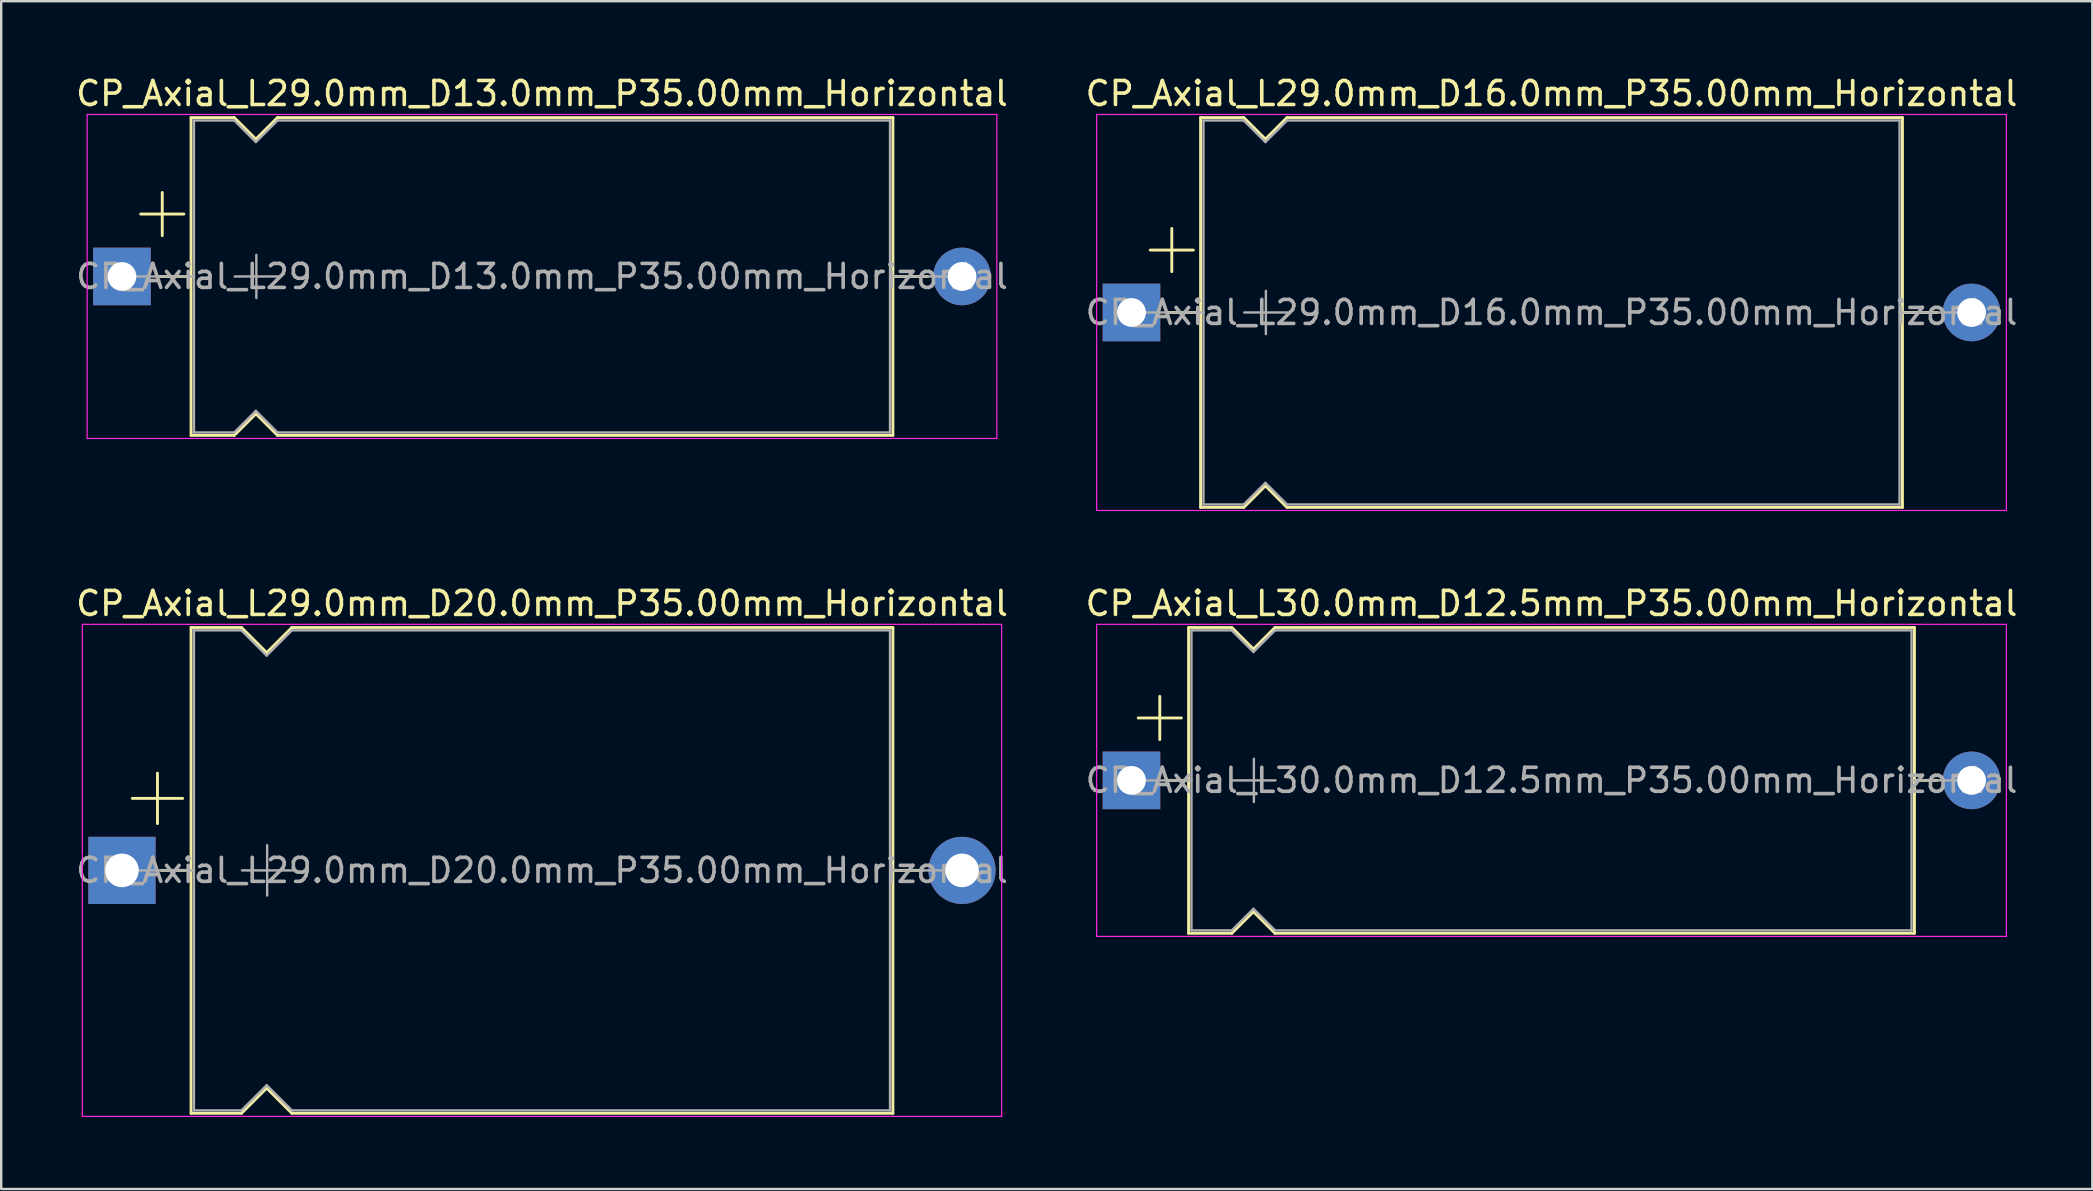
<source format=kicad_pcb>
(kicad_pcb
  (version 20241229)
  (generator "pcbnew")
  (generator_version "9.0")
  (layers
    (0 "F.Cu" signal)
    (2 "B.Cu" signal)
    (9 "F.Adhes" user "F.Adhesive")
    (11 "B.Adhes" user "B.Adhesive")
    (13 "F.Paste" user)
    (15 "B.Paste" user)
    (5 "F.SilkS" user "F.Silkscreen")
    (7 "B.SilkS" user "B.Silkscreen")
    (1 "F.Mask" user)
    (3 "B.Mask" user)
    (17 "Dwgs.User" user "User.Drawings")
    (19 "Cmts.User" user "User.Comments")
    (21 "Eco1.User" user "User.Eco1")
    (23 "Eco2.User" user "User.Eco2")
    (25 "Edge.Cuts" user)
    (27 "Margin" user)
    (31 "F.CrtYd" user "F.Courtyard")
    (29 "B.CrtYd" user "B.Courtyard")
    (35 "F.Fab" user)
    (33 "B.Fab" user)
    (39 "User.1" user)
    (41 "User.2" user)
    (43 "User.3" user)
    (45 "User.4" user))
  (footprint "CP_Axial_L30.0mm_D12.5mm_P35.00mm_Horizontal"
    (layer "F.Cu")
    (at 44.089 29.462)
    (property "Reference" "CP_Axial_L30.0mm_D12.5mm_P35.00mm_Horizontal" (at 17.5 -7.37 0) (layer "F.SilkS") (effects (font (size 1 1) (thickness 0.15))))
    (attr through_hole)
    (fp_line (start 0.28 -2.6) (end 2.08 -2.6) (stroke (width 0.12) (type solid)) (layer "F.SilkS"))
    (fp_line (start 1.18 -3.5) (end 1.18 -1.7) (stroke (width 0.12) (type solid)) (layer "F.SilkS"))
    (fp_line (start 1.44 0) (end 2.38 0) (stroke (width 0.12) (type solid)) (layer "F.SilkS"))
    (fp_line (start 2.38 -6.37) (end 2.38 6.37) (stroke (width 0.12) (type solid)) (layer "F.SilkS"))
    (fp_line (start 2.38 -6.37) (end 4.18 -6.37) (stroke (width 0.12) (type solid)) (layer "F.SilkS"))
    (fp_line (start 2.38 6.37) (end 4.18 6.37) (stroke (width 0.12) (type solid)) (layer "F.SilkS"))
    (fp_line (start 4.18 -6.37) (end 5.08 -5.47) (stroke (width 0.12) (type solid)) (layer "F.SilkS"))
    (fp_line (start 4.18 6.37) (end 5.08 5.47) (stroke (width 0.12) (type solid)) (layer "F.SilkS"))
    (fp_line (start 5.08 -5.47) (end 5.98 -6.37) (stroke (width 0.12) (type solid)) (layer "F.SilkS"))
    (fp_line (start 5.08 5.47) (end 5.98 6.37) (stroke (width 0.12) (type solid)) (layer "F.SilkS"))
    (fp_line (start 5.98 -6.37) (end 32.62 -6.37) (stroke (width 0.12) (type solid)) (layer "F.SilkS"))
    (fp_line (start 5.98 6.37) (end 32.62 6.37) (stroke (width 0.12) (type solid)) (layer "F.SilkS"))
    (fp_line (start 32.62 -6.37) (end 32.62 6.37) (stroke (width 0.12) (type solid)) (layer "F.SilkS"))
    (fp_line (start 33.56 0) (end 32.62 0) (stroke (width 0.12) (type solid)) (layer "F.SilkS"))
    (fp_line (start -1.45 -6.5) (end -1.45 6.5) (stroke (width 0.05) (type solid)) (layer "F.CrtYd"))
    (fp_line (start -1.45 6.5) (end 36.45 6.5) (stroke (width 0.05) (type solid)) (layer "F.CrtYd"))
    (fp_line (start 36.45 -6.5) (end -1.45 -6.5) (stroke (width 0.05) (type solid)) (layer "F.CrtYd"))
    (fp_line (start 36.45 6.5) (end 36.45 -6.5) (stroke (width 0.05) (type solid)) (layer "F.CrtYd"))
    (fp_line (start 0 0) (end 2.5 0) (stroke (width 0.1) (type solid)) (layer "F.Fab"))
    (fp_line (start 2.5 -6.25) (end 2.5 6.25) (stroke (width 0.1) (type solid)) (layer "F.Fab"))
    (fp_line (start 2.5 -6.25) (end 4.18 -6.25) (stroke (width 0.1) (type solid)) (layer "F.Fab"))
    (fp_line (start 2.5 6.25) (end 4.18 6.25) (stroke (width 0.1) (type solid)) (layer "F.Fab"))
    (fp_line (start 4.18 -6.25) (end 5.08 -5.35) (stroke (width 0.1) (type solid)) (layer "F.Fab"))
    (fp_line (start 4.18 6.25) (end 5.08 5.35) (stroke (width 0.1) (type solid)) (layer "F.Fab"))
    (fp_line (start 4.2 0) (end 6 0) (stroke (width 0.1) (type solid)) (layer "F.Fab"))
    (fp_line (start 5.08 -5.35) (end 5.98 -6.25) (stroke (width 0.1) (type solid)) (layer "F.Fab"))
    (fp_line (start 5.08 5.35) (end 5.98 6.25) (stroke (width 0.1) (type solid)) (layer "F.Fab"))
    (fp_line (start 5.1 -0.9) (end 5.1 0.9) (stroke (width 0.1) (type solid)) (layer "F.Fab"))
    (fp_line (start 5.98 -6.25) (end 32.5 -6.25) (stroke (width 0.1) (type solid)) (layer "F.Fab"))
    (fp_line (start 5.98 6.25) (end 32.5 6.25) (stroke (width 0.1) (type solid)) (layer "F.Fab"))
    (fp_line (start 32.5 -6.25) (end 32.5 6.25) (stroke (width 0.1) (type solid)) (layer "F.Fab"))
    (fp_line (start 35 0) (end 32.5 0) (stroke (width 0.1) (type solid)) (layer "F.Fab"))
    (fp_text user "${REFERENCE}" (at 17.5 0 0) (layer "F.Fab") (effects (font (size 1 1) (thickness 0.15))))
    (pad "1" thru_hole rect (at 0 0) (size 2.4 2.4) (drill 1.2) (layers "*.Cu" "*.Mask"))
    (pad "2" thru_hole oval (at 35 0) (size 2.4 2.4) (drill 1.2) (layers "*.Cu" "*.Mask")))
  (footprint "CP_Axial_L29.0mm_D20.0mm_P35.00mm_Horizontal"
    (layer "F.Cu")
    (at 2.03 33.212)
    (property "Reference" "CP_Axial_L29.0mm_D20.0mm_P35.00mm_Horizontal" (at 17.5 -11.12 0) (layer "F.SilkS") (effects (font (size 1 1) (thickness 0.15))))
    (attr through_hole)
    (fp_line (start 0.43 -3) (end 2.53 -3) (stroke (width 0.12) (type solid)) (layer "F.SilkS"))
    (fp_line (start 1.48 -4.05) (end 1.48 -1.95) (stroke (width 0.12) (type solid)) (layer "F.SilkS"))
    (fp_line (start 1.64 0) (end 2.88 0) (stroke (width 0.12) (type solid)) (layer "F.SilkS"))
    (fp_line (start 2.88 -10.12) (end 2.88 10.12) (stroke (width 0.12) (type solid)) (layer "F.SilkS"))
    (fp_line (start 2.88 -10.12) (end 4.98 -10.12) (stroke (width 0.12) (type solid)) (layer "F.SilkS"))
    (fp_line (start 2.88 10.12) (end 4.98 10.12) (stroke (width 0.12) (type solid)) (layer "F.SilkS"))
    (fp_line (start 4.98 -10.12) (end 6.03 -9.07) (stroke (width 0.12) (type solid)) (layer "F.SilkS"))
    (fp_line (start 4.98 10.12) (end 6.03 9.07) (stroke (width 0.12) (type solid)) (layer "F.SilkS"))
    (fp_line (start 6.03 -9.07) (end 7.08 -10.12) (stroke (width 0.12) (type solid)) (layer "F.SilkS"))
    (fp_line (start 6.03 9.07) (end 7.08 10.12) (stroke (width 0.12) (type solid)) (layer "F.SilkS"))
    (fp_line (start 7.08 -10.12) (end 32.12 -10.12) (stroke (width 0.12) (type solid)) (layer "F.SilkS"))
    (fp_line (start 7.08 10.12) (end 32.12 10.12) (stroke (width 0.12) (type solid)) (layer "F.SilkS"))
    (fp_line (start 32.12 -10.12) (end 32.12 10.12) (stroke (width 0.12) (type solid)) (layer "F.SilkS"))
    (fp_line (start 33.36 0) (end 32.12 0) (stroke (width 0.12) (type solid)) (layer "F.SilkS"))
    (fp_line (start -1.65 -10.25) (end -1.65 10.25) (stroke (width 0.05) (type solid)) (layer "F.CrtYd"))
    (fp_line (start -1.65 10.25) (end 36.65 10.25) (stroke (width 0.05) (type solid)) (layer "F.CrtYd"))
    (fp_line (start 36.65 -10.25) (end -1.65 -10.25) (stroke (width 0.05) (type solid)) (layer "F.CrtYd"))
    (fp_line (start 36.65 10.25) (end 36.65 -10.25) (stroke (width 0.05) (type solid)) (layer "F.CrtYd"))
    (fp_line (start 0 0) (end 3 0) (stroke (width 0.1) (type solid)) (layer "F.Fab"))
    (fp_line (start 3 -10) (end 3 10) (stroke (width 0.1) (type solid)) (layer "F.Fab"))
    (fp_line (start 3 -10) (end 4.98 -10) (stroke (width 0.1) (type solid)) (layer "F.Fab"))
    (fp_line (start 3 10) (end 4.98 10) (stroke (width 0.1) (type solid)) (layer "F.Fab"))
    (fp_line (start 4.98 -10) (end 6.03 -8.95) (stroke (width 0.1) (type solid)) (layer "F.Fab"))
    (fp_line (start 4.98 10) (end 6.03 8.95) (stroke (width 0.1) (type solid)) (layer "F.Fab"))
    (fp_line (start 5 0) (end 7.1 0) (stroke (width 0.1) (type solid)) (layer "F.Fab"))
    (fp_line (start 6.03 -8.95) (end 7.08 -10) (stroke (width 0.1) (type solid)) (layer "F.Fab"))
    (fp_line (start 6.03 8.95) (end 7.08 10) (stroke (width 0.1) (type solid)) (layer "F.Fab"))
    (fp_line (start 6.05 -1.05) (end 6.05 1.05) (stroke (width 0.1) (type solid)) (layer "F.Fab"))
    (fp_line (start 7.08 -10) (end 32 -10) (stroke (width 0.1) (type solid)) (layer "F.Fab"))
    (fp_line (start 7.08 10) (end 32 10) (stroke (width 0.1) (type solid)) (layer "F.Fab"))
    (fp_line (start 32 -10) (end 32 10) (stroke (width 0.1) (type solid)) (layer "F.Fab"))
    (fp_line (start 35 0) (end 32 0) (stroke (width 0.1) (type solid)) (layer "F.Fab"))
    (fp_text user "${REFERENCE}" (at 17.5 0 0) (layer "F.Fab") (effects (font (size 1 1) (thickness 0.15))))
    (pad "1" thru_hole rect (at 0 0) (size 2.8 2.8) (drill 1.4) (layers "*.Cu" "*.Mask"))
    (pad "2" thru_hole oval (at 35 0) (size 2.8 2.8) (drill 1.4) (layers "*.Cu" "*.Mask")))
  (footprint "CP_Axial_L29.0mm_D13.0mm_P35.00mm_Horizontal"
    (layer "F.Cu")
    (at 2.03 8.468)
    (property "Reference" "CP_Axial_L29.0mm_D13.0mm_P35.00mm_Horizontal" (at 17.5 -7.62 0) (layer "F.SilkS") (effects (font (size 1 1) (thickness 0.15))))
    (attr through_hole)
    (fp_line (start 0.78 -2.6) (end 2.58 -2.6) (stroke (width 0.12) (type solid)) (layer "F.SilkS"))
    (fp_line (start 1.44 0) (end 2.88 0) (stroke (width 0.12) (type solid)) (layer "F.SilkS"))
    (fp_line (start 1.68 -3.5) (end 1.68 -1.7) (stroke (width 0.12) (type solid)) (layer "F.SilkS"))
    (fp_line (start 2.88 -6.62) (end 2.88 6.62) (stroke (width 0.12) (type solid)) (layer "F.SilkS"))
    (fp_line (start 2.88 -6.62) (end 4.68 -6.62) (stroke (width 0.12) (type solid)) (layer "F.SilkS"))
    (fp_line (start 2.88 6.62) (end 4.68 6.62) (stroke (width 0.12) (type solid)) (layer "F.SilkS"))
    (fp_line (start 4.68 -6.62) (end 5.58 -5.72) (stroke (width 0.12) (type solid)) (layer "F.SilkS"))
    (fp_line (start 4.68 6.62) (end 5.58 5.72) (stroke (width 0.12) (type solid)) (layer "F.SilkS"))
    (fp_line (start 5.58 -5.72) (end 6.48 -6.62) (stroke (width 0.12) (type solid)) (layer "F.SilkS"))
    (fp_line (start 5.58 5.72) (end 6.48 6.62) (stroke (width 0.12) (type solid)) (layer "F.SilkS"))
    (fp_line (start 6.48 -6.62) (end 32.12 -6.62) (stroke (width 0.12) (type solid)) (layer "F.SilkS"))
    (fp_line (start 6.48 6.62) (end 32.12 6.62) (stroke (width 0.12) (type solid)) (layer "F.SilkS"))
    (fp_line (start 32.12 -6.62) (end 32.12 6.62) (stroke (width 0.12) (type solid)) (layer "F.SilkS"))
    (fp_line (start 33.56 0) (end 32.12 0) (stroke (width 0.12) (type solid)) (layer "F.SilkS"))
    (fp_line (start -1.45 -6.75) (end -1.45 6.75) (stroke (width 0.05) (type solid)) (layer "F.CrtYd"))
    (fp_line (start -1.45 6.75) (end 36.45 6.75) (stroke (width 0.05) (type solid)) (layer "F.CrtYd"))
    (fp_line (start 36.45 -6.75) (end -1.45 -6.75) (stroke (width 0.05) (type solid)) (layer "F.CrtYd"))
    (fp_line (start 36.45 6.75) (end 36.45 -6.75) (stroke (width 0.05) (type solid)) (layer "F.CrtYd"))
    (fp_line (start 0 0) (end 3 0) (stroke (width 0.1) (type solid)) (layer "F.Fab"))
    (fp_line (start 3 -6.5) (end 3 6.5) (stroke (width 0.1) (type solid)) (layer "F.Fab"))
    (fp_line (start 3 -6.5) (end 4.68 -6.5) (stroke (width 0.1) (type solid)) (layer "F.Fab"))
    (fp_line (start 3 6.5) (end 4.68 6.5) (stroke (width 0.1) (type solid)) (layer "F.Fab"))
    (fp_line (start 4.68 -6.5) (end 5.58 -5.6) (stroke (width 0.1) (type solid)) (layer "F.Fab"))
    (fp_line (start 4.68 6.5) (end 5.58 5.6) (stroke (width 0.1) (type solid)) (layer "F.Fab"))
    (fp_line (start 4.7 0) (end 6.5 0) (stroke (width 0.1) (type solid)) (layer "F.Fab"))
    (fp_line (start 5.58 -5.6) (end 6.48 -6.5) (stroke (width 0.1) (type solid)) (layer "F.Fab"))
    (fp_line (start 5.58 5.6) (end 6.48 6.5) (stroke (width 0.1) (type solid)) (layer "F.Fab"))
    (fp_line (start 5.6 -0.9) (end 5.6 0.9) (stroke (width 0.1) (type solid)) (layer "F.Fab"))
    (fp_line (start 6.48 -6.5) (end 32 -6.5) (stroke (width 0.1) (type solid)) (layer "F.Fab"))
    (fp_line (start 6.48 6.5) (end 32 6.5) (stroke (width 0.1) (type solid)) (layer "F.Fab"))
    (fp_line (start 32 -6.5) (end 32 6.5) (stroke (width 0.1) (type solid)) (layer "F.Fab"))
    (fp_line (start 35 0) (end 32 0) (stroke (width 0.1) (type solid)) (layer "F.Fab"))
    (fp_text user "${REFERENCE}" (at 17.5 0 0) (layer "F.Fab") (effects (font (size 1 1) (thickness 0.15))))
    (pad "1" thru_hole rect (at 0 0) (size 2.4 2.4) (drill 1.2) (layers "*.Cu" "*.Mask"))
    (pad "2" thru_hole oval (at 35 0) (size 2.4 2.4) (drill 1.2) (layers "*.Cu" "*.Mask")))
  (footprint "CP_Axial_L29.0mm_D16.0mm_P35.00mm_Horizontal"
    (layer "F.Cu")
    (at 44.089 9.968)
    (property "Reference" "CP_Axial_L29.0mm_D16.0mm_P35.00mm_Horizontal" (at 17.5 -9.12 0) (layer "F.SilkS") (effects (font (size 1 1) (thickness 0.15))))
    (attr through_hole)
    (fp_line (start 0.78 -2.6) (end 2.58 -2.6) (stroke (width 0.12) (type solid)) (layer "F.SilkS"))
    (fp_line (start 1.44 0) (end 2.88 0) (stroke (width 0.12) (type solid)) (layer "F.SilkS"))
    (fp_line (start 1.68 -3.5) (end 1.68 -1.7) (stroke (width 0.12) (type solid)) (layer "F.SilkS"))
    (fp_line (start 2.88 -8.12) (end 2.88 8.12) (stroke (width 0.12) (type solid)) (layer "F.SilkS"))
    (fp_line (start 2.88 -8.12) (end 4.68 -8.12) (stroke (width 0.12) (type solid)) (layer "F.SilkS"))
    (fp_line (start 2.88 8.12) (end 4.68 8.12) (stroke (width 0.12) (type solid)) (layer "F.SilkS"))
    (fp_line (start 4.68 -8.12) (end 5.58 -7.22) (stroke (width 0.12) (type solid)) (layer "F.SilkS"))
    (fp_line (start 4.68 8.12) (end 5.58 7.22) (stroke (width 0.12) (type solid)) (layer "F.SilkS"))
    (fp_line (start 5.58 -7.22) (end 6.48 -8.12) (stroke (width 0.12) (type solid)) (layer "F.SilkS"))
    (fp_line (start 5.58 7.22) (end 6.48 8.12) (stroke (width 0.12) (type solid)) (layer "F.SilkS"))
    (fp_line (start 6.48 -8.12) (end 32.12 -8.12) (stroke (width 0.12) (type solid)) (layer "F.SilkS"))
    (fp_line (start 6.48 8.12) (end 32.12 8.12) (stroke (width 0.12) (type solid)) (layer "F.SilkS"))
    (fp_line (start 32.12 -8.12) (end 32.12 8.12) (stroke (width 0.12) (type solid)) (layer "F.SilkS"))
    (fp_line (start 33.56 0) (end 32.12 0) (stroke (width 0.12) (type solid)) (layer "F.SilkS"))
    (fp_line (start -1.45 -8.25) (end -1.45 8.25) (stroke (width 0.05) (type solid)) (layer "F.CrtYd"))
    (fp_line (start -1.45 8.25) (end 36.45 8.25) (stroke (width 0.05) (type solid)) (layer "F.CrtYd"))
    (fp_line (start 36.45 -8.25) (end -1.45 -8.25) (stroke (width 0.05) (type solid)) (layer "F.CrtYd"))
    (fp_line (start 36.45 8.25) (end 36.45 -8.25) (stroke (width 0.05) (type solid)) (layer "F.CrtYd"))
    (fp_line (start 0 0) (end 3 0) (stroke (width 0.1) (type solid)) (layer "F.Fab"))
    (fp_line (start 3 -8) (end 3 8) (stroke (width 0.1) (type solid)) (layer "F.Fab"))
    (fp_line (start 3 -8) (end 4.68 -8) (stroke (width 0.1) (type solid)) (layer "F.Fab"))
    (fp_line (start 3 8) (end 4.68 8) (stroke (width 0.1) (type solid)) (layer "F.Fab"))
    (fp_line (start 4.68 -8) (end 5.58 -7.1) (stroke (width 0.1) (type solid)) (layer "F.Fab"))
    (fp_line (start 4.68 8) (end 5.58 7.1) (stroke (width 0.1) (type solid)) (layer "F.Fab"))
    (fp_line (start 4.7 0) (end 6.5 0) (stroke (width 0.1) (type solid)) (layer "F.Fab"))
    (fp_line (start 5.58 -7.1) (end 6.48 -8) (stroke (width 0.1) (type solid)) (layer "F.Fab"))
    (fp_line (start 5.58 7.1) (end 6.48 8) (stroke (width 0.1) (type solid)) (layer "F.Fab"))
    (fp_line (start 5.6 -0.9) (end 5.6 0.9) (stroke (width 0.1) (type solid)) (layer "F.Fab"))
    (fp_line (start 6.48 -8) (end 32 -8) (stroke (width 0.1) (type solid)) (layer "F.Fab"))
    (fp_line (start 6.48 8) (end 32 8) (stroke (width 0.1) (type solid)) (layer "F.Fab"))
    (fp_line (start 32 -8) (end 32 8) (stroke (width 0.1) (type solid)) (layer "F.Fab"))
    (fp_line (start 35 0) (end 32 0) (stroke (width 0.1) (type solid)) (layer "F.Fab"))
    (fp_text user "${REFERENCE}" (at 17.5 0 0) (layer "F.Fab") (effects (font (size 1 1) (thickness 0.15))))
    (pad "1" thru_hole rect (at 0 0) (size 2.4 2.4) (drill 1.2) (layers "*.Cu" "*.Mask"))
    (pad "2" thru_hole oval (at 35 0) (size 2.4 2.4) (drill 1.2) (layers "*.Cu" "*.Mask")))
  (gr_rect
    (start -3 -3)
    (end 84.119 46.486)
    (stroke (width 0.1) (type default))
    (fill no)
    (layer "Edge.Cuts")))
</source>
